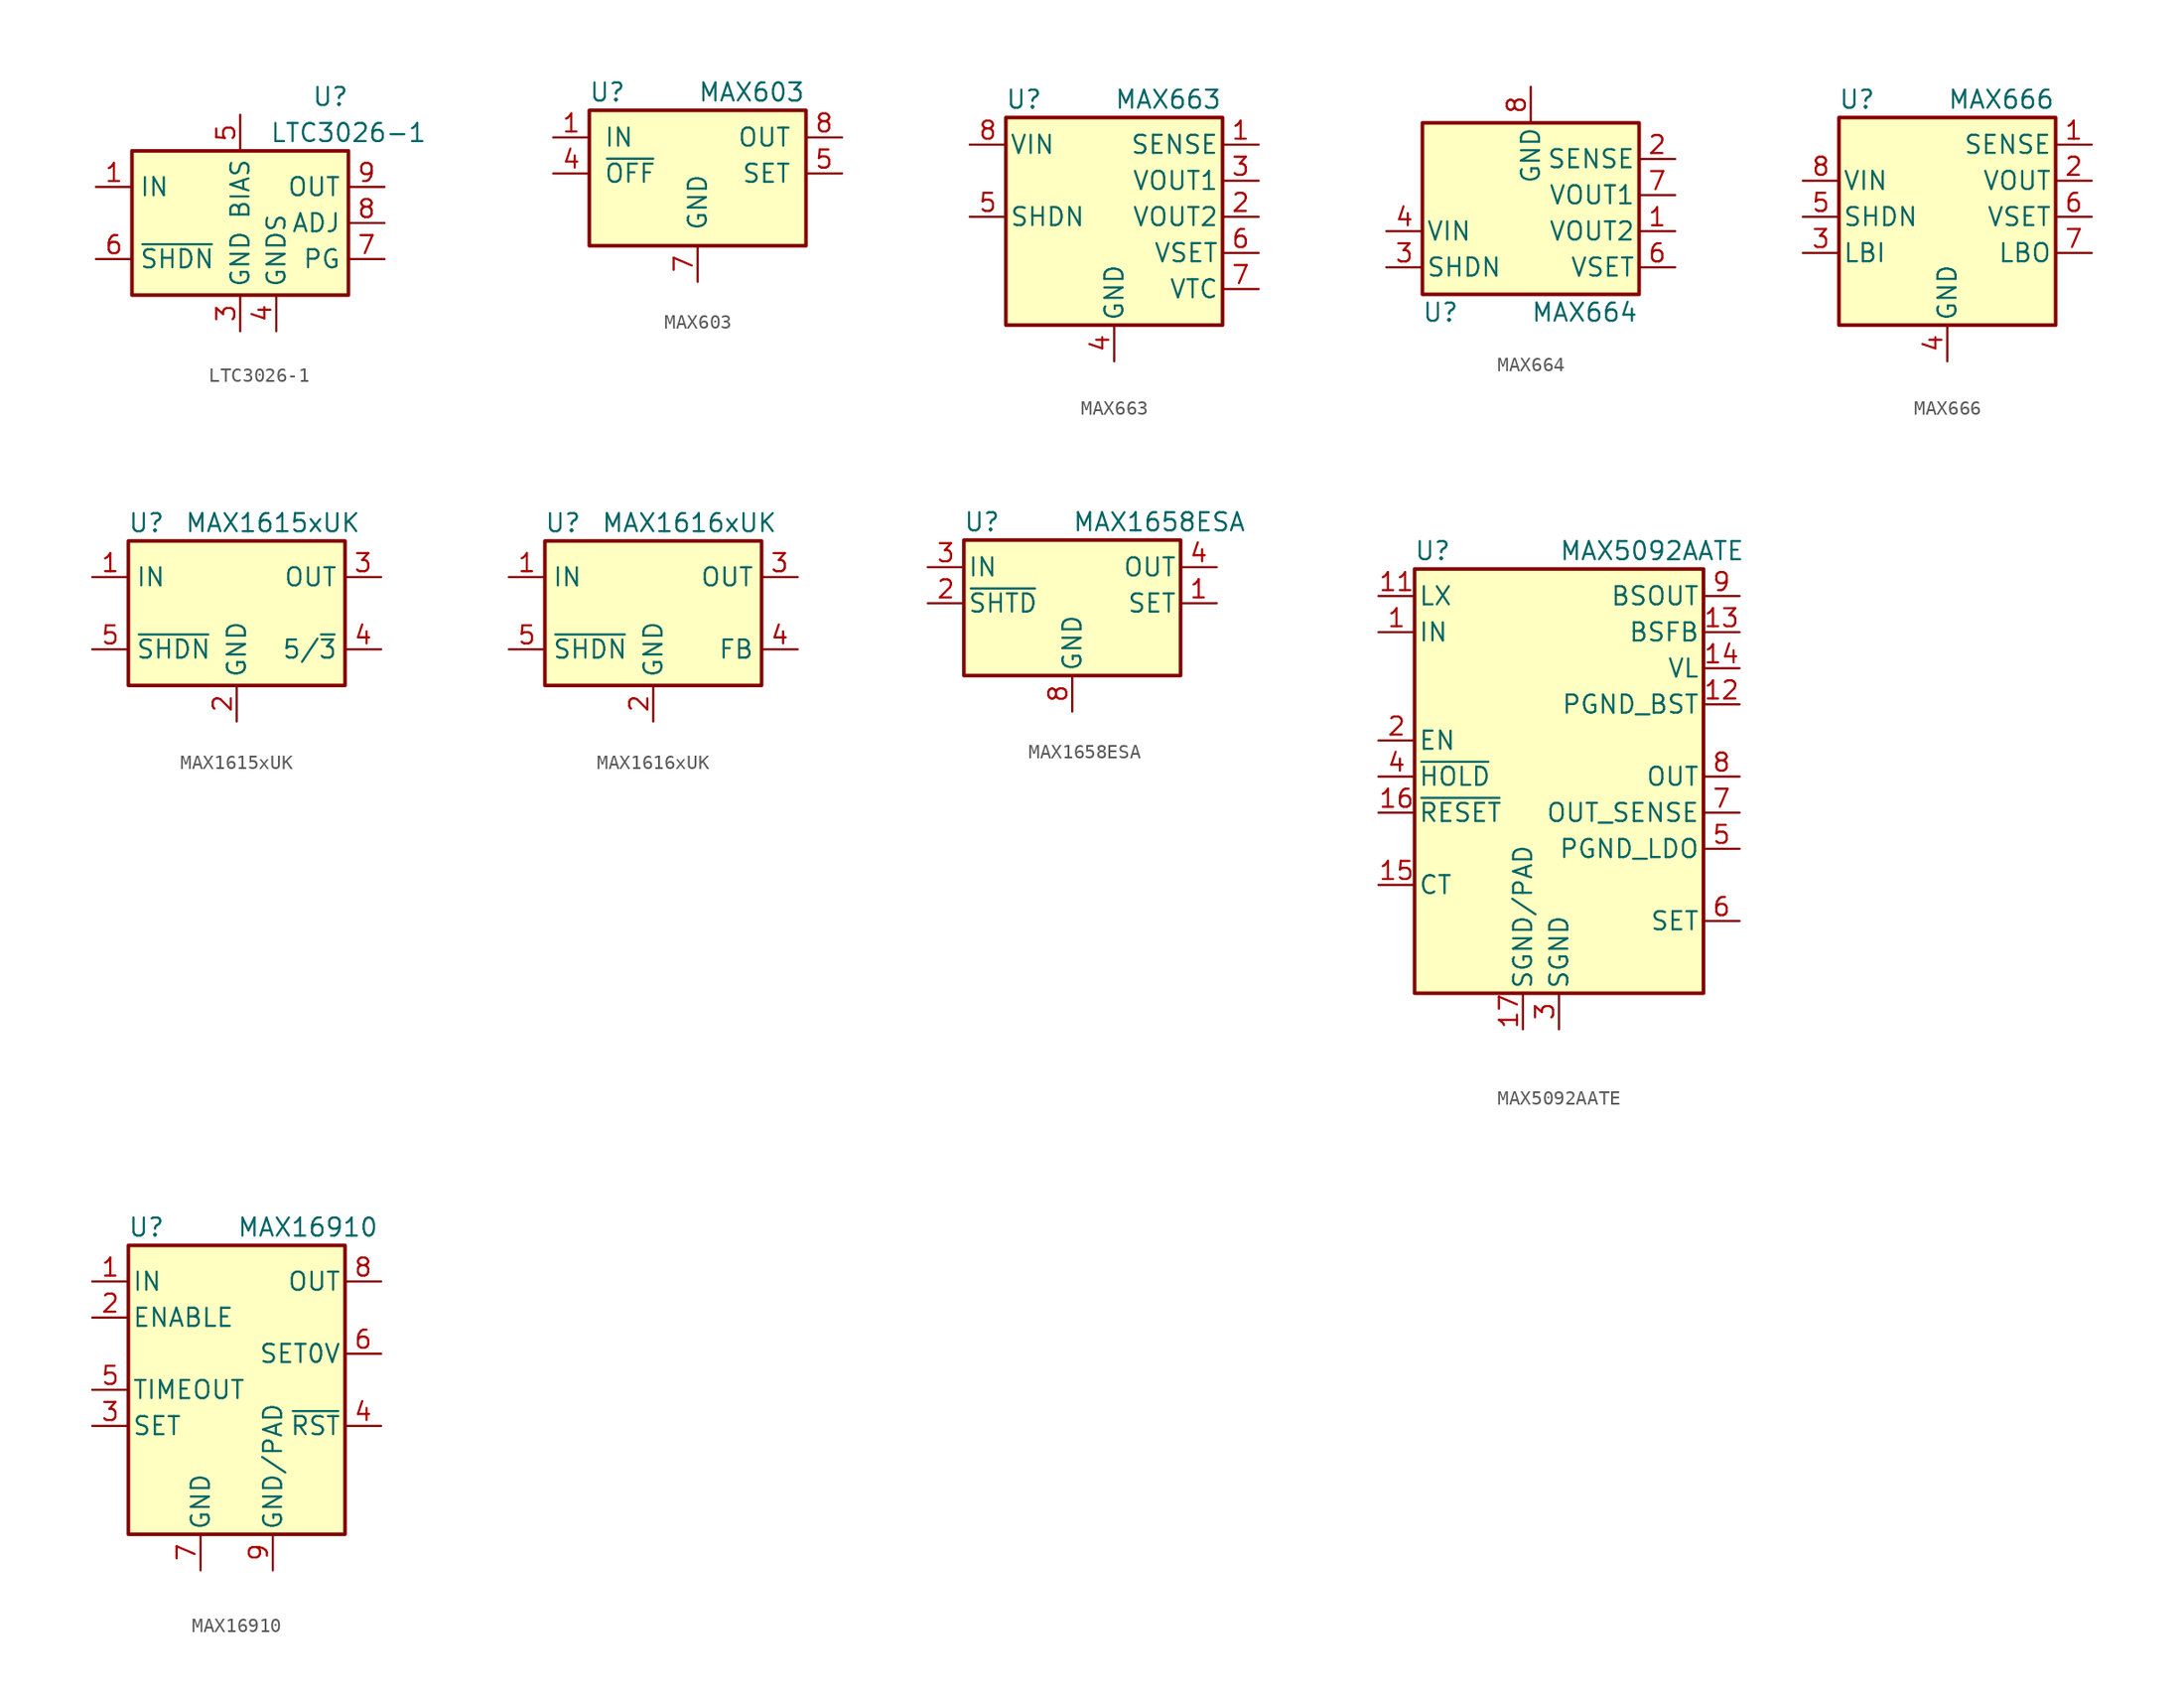
<source format=kicad_sym>
(kicad_symbol_lib
  (version 20241209)
  (generator "kicad_symbol_editor")
  (generator_version "9.0")
  (symbol "LTC3026-1"
    (property "Reference" "U"
      (at 6.35 8.89 0)
      (effects (font (size 1.27 1.27))))
    (property "Value" "LTC3026-1"
      (at 7.62 6.35 0)
      (effects (font (size 1.27 1.27))))
    (symbol "LTC3026-1_0_1"
      (rectangle (start -7.62 5.08) (end 7.62 -5.08) (stroke (width 0.254) (type default)) (fill (type background))))
    (symbol "LTC3026-1_1_1"
      (pin power_in line (at -10.16 2.54 0) (length 2.54) (name "IN" (effects (font (size 1.27 1.27)))) (number "1" (effects (font (size 1.27 1.27)))))
      (pin passive line (at -10.16 2.54 0) (length 2.54) (hide yes) (name "IN" (effects (font (size 1.27 1.27)))) (number "2" (effects (font (size 1.27 1.27)))))
      (pin input line (at -10.16 -2.54 0) (length 2.54) (name "~{SHDN}" (effects (font (size 1.27 1.27)))) (number "6" (effects (font (size 1.27 1.27)))))
      (pin power_in line (at 0 7.62 270) (length 2.54) (name "BIAS" (effects (font (size 1.27 1.27)))) (number "5" (effects (font (size 1.27 1.27)))))
      (pin passive line (at 0 -7.62 90) (length 2.54) (hide yes) (name "GND" (effects (font (size 1.27 1.27)))) (number "11" (effects (font (size 1.27 1.27)))))
      (pin power_in line (at 0 -7.62 90) (length 2.54) (name "GND" (effects (font (size 1.27 1.27)))) (number "3" (effects (font (size 1.27 1.27)))))
      (pin input line (at 2.54 -7.62 90) (length 2.54) (name "GNDS" (effects (font (size 1.27 1.27)))) (number "4" (effects (font (size 1.27 1.27)))))
      (pin passive line (at 10.16 2.54 180) (length 2.54) (hide yes) (name "OUT" (effects (font (size 1.27 1.27)))) (number "10" (effects (font (size 1.27 1.27)))))
      (pin power_out line (at 10.16 2.54 180) (length 2.54) (name "OUT" (effects (font (size 1.27 1.27)))) (number "9" (effects (font (size 1.27 1.27)))))
      (pin input line (at 10.16 0 180) (length 2.54) (name "ADJ" (effects (font (size 1.27 1.27)))) (number "8" (effects (font (size 1.27 1.27)))))
      (pin open_collector line (at 10.16 -2.54 180) (length 2.54) (name "PG" (effects (font (size 1.27 1.27)))) (number "7" (effects (font (size 1.27 1.27)))))))
  (symbol "MAX603"
    (pin_names
      (offset 1.016))
    (property "Reference" "U"
      (at -6.35 5.715 0)
      (effects (font (size 1.27 1.27))))
    (property "Value" "MAX603"
      (at 0 5.715 0)
      (effects (font (size 1.27 1.27)) (justify left)))
    (symbol "MAX603_0_1"
      (rectangle (start -7.62 4.445) (end 7.62 -5.08) (stroke (width 0.254) (type default)) (fill (type background))))
    (symbol "MAX603_1_1"
      (pin power_in line (at -10.16 2.54 0) (length 2.54) (name "IN" (effects (font (size 1.27 1.27)))) (number "1" (effects (font (size 1.27 1.27)))))
      (pin input line (at -10.16 0 0) (length 2.54) (name "~{OFF}" (effects (font (size 1.27 1.27)))) (number "4" (effects (font (size 1.27 1.27)))))
      (pin passive line (at 0 -7.62 90) (length 2.54) (hide yes) (name "GND" (effects (font (size 1.27 1.27)))) (number "2" (effects (font (size 1.27 1.27)))))
      (pin passive line (at 0 -7.62 90) (length 2.54) (hide yes) (name "GND" (effects (font (size 1.27 1.27)))) (number "3" (effects (font (size 1.27 1.27)))))
      (pin passive line (at 0 -7.62 90) (length 2.54) (hide yes) (name "GND" (effects (font (size 1.27 1.27)))) (number "6" (effects (font (size 1.27 1.27)))))
      (pin power_in line (at 0 -7.62 90) (length 2.54) (name "GND" (effects (font (size 1.27 1.27)))) (number "7" (effects (font (size 1.27 1.27)))))
      (pin power_out line (at 10.16 2.54 180) (length 2.54) (name "OUT" (effects (font (size 1.27 1.27)))) (number "8" (effects (font (size 1.27 1.27)))))
      (pin passive line (at 10.16 0 180) (length 2.54) (name "SET" (effects (font (size 1.27 1.27)))) (number "5" (effects (font (size 1.27 1.27)))))))
  (symbol "MAX663"
    (pin_names
      (offset 0.254))
    (property "Reference" "U"
      (at -6.35 8.255 0)
      (effects (font (size 1.27 1.27))))
    (property "Value" "MAX663"
      (at 0 8.255 0)
      (effects (font (size 1.27 1.27)) (justify left)))
    (symbol "MAX663_0_1"
      (rectangle (start -7.62 -7.62) (end 7.62 6.985) (stroke (width 0.254) (type default)) (fill (type background))))
    (symbol "MAX663_1_1"
      (pin power_in line (at -10.16 5.08 0) (length 2.54) (name "VIN" (effects (font (size 1.27 1.27)))) (number "8" (effects (font (size 1.27 1.27)))))
      (pin input line (at -10.16 0 0) (length 2.54) (name "SHDN" (effects (font (size 1.27 1.27)))) (number "5" (effects (font (size 1.27 1.27)))))
      (pin power_in line (at 0 -10.16 90) (length 2.54) (name "GND" (effects (font (size 1.27 1.27)))) (number "4" (effects (font (size 1.27 1.27)))))
      (pin input line (at 10.16 5.08 180) (length 2.54) (name "SENSE" (effects (font (size 1.27 1.27)))) (number "1" (effects (font (size 1.27 1.27)))))
      (pin power_out line (at 10.16 2.54 180) (length 2.54) (name "VOUT1" (effects (font (size 1.27 1.27)))) (number "3" (effects (font (size 1.27 1.27)))))
      (pin power_out line (at 10.16 0 180) (length 2.54) (name "VOUT2" (effects (font (size 1.27 1.27)))) (number "2" (effects (font (size 1.27 1.27)))))
      (pin input line (at 10.16 -2.54 180) (length 2.54) (name "VSET" (effects (font (size 1.27 1.27)))) (number "6" (effects (font (size 1.27 1.27)))))
      (pin output line (at 10.16 -5.08 180) (length 2.54) (name "VTC" (effects (font (size 1.27 1.27)))) (number "7" (effects (font (size 1.27 1.27)))))))
  (symbol "MAX664"
    (pin_names
      (offset 0.254))
    (property "Reference" "U"
      (at -6.35 -8.255 0)
      (effects (font (size 1.27 1.27))))
    (property "Value" "MAX664"
      (at 0 -8.255 0)
      (effects (font (size 1.27 1.27)) (justify left)))
    (symbol "MAX664_0_1"
      (rectangle (start -7.62 -6.985) (end 7.62 5.08) (stroke (width 0.254) (type default)) (fill (type background))))
    (symbol "MAX664_1_1"
      (pin power_in line (at -10.16 -2.54 0) (length 2.54) (name "VIN" (effects (font (size 1.27 1.27)))) (number "4" (effects (font (size 1.27 1.27)))))
      (pin input line (at -10.16 -5.08 0) (length 2.54) (name "SHDN" (effects (font (size 1.27 1.27)))) (number "3" (effects (font (size 1.27 1.27)))))
      (pin input line (at -10.16 -5.08 0) (length 2.54) (hide yes) (name "SHDN" (effects (font (size 1.27 1.27)))) (number "5" (effects (font (size 1.27 1.27)))))
      (pin power_in line (at 0 7.62 270) (length 2.54) (name "GND" (effects (font (size 1.27 1.27)))) (number "8" (effects (font (size 1.27 1.27)))))
      (pin input line (at 10.16 2.54 180) (length 2.54) (name "SENSE" (effects (font (size 1.27 1.27)))) (number "2" (effects (font (size 1.27 1.27)))))
      (pin power_out line (at 10.16 0 180) (length 2.54) (name "VOUT1" (effects (font (size 1.27 1.27)))) (number "7" (effects (font (size 1.27 1.27)))))
      (pin power_out line (at 10.16 -2.54 180) (length 2.54) (name "VOUT2" (effects (font (size 1.27 1.27)))) (number "1" (effects (font (size 1.27 1.27)))))
      (pin input line (at 10.16 -5.08 180) (length 2.54) (name "VSET" (effects (font (size 1.27 1.27)))) (number "6" (effects (font (size 1.27 1.27)))))))
  (symbol "MAX666"
    (pin_names
      (offset 0.254))
    (property "Reference" "U"
      (at -6.35 8.255 0)
      (effects (font (size 1.27 1.27))))
    (property "Value" "MAX666"
      (at 0 8.255 0)
      (effects (font (size 1.27 1.27)) (justify left)))
    (symbol "MAX666_0_1"
      (rectangle (start -7.62 -7.62) (end 7.62 6.985) (stroke (width 0.254) (type default)) (fill (type background))))
    (symbol "MAX666_1_1"
      (pin power_in line (at -10.16 2.54 0) (length 2.54) (name "VIN" (effects (font (size 1.27 1.27)))) (number "8" (effects (font (size 1.27 1.27)))))
      (pin input line (at -10.16 0 0) (length 2.54) (name "SHDN" (effects (font (size 1.27 1.27)))) (number "5" (effects (font (size 1.27 1.27)))))
      (pin input line (at -10.16 -2.54 0) (length 2.54) (name "LBI" (effects (font (size 1.27 1.27)))) (number "3" (effects (font (size 1.27 1.27)))))
      (pin power_in line (at 0 -10.16 90) (length 2.54) (name "GND" (effects (font (size 1.27 1.27)))) (number "4" (effects (font (size 1.27 1.27)))))
      (pin input line (at 10.16 5.08 180) (length 2.54) (name "SENSE" (effects (font (size 1.27 1.27)))) (number "1" (effects (font (size 1.27 1.27)))))
      (pin power_out line (at 10.16 2.54 180) (length 2.54) (name "VOUT" (effects (font (size 1.27 1.27)))) (number "2" (effects (font (size 1.27 1.27)))))
      (pin input line (at 10.16 0 180) (length 2.54) (name "VSET" (effects (font (size 1.27 1.27)))) (number "6" (effects (font (size 1.27 1.27)))))
      (pin output line (at 10.16 -2.54 180) (length 2.54) (name "LBO" (effects (font (size 1.27 1.27)))) (number "7" (effects (font (size 1.27 1.27)))))))
  (symbol "MAX1615xUK"
    (property "Reference" "U"
      (at -6.35 6.35 0)
      (effects (font (size 1.27 1.27))))
    (property "Value" "MAX1615xUK"
      (at 2.54 6.35 0)
      (effects (font (size 1.27 1.27))))
    (symbol "MAX1615xUK_1_1"
      (rectangle (start -7.62 5.08) (end 7.62 -5.08) (stroke (width 0.254) (type default)) (fill (type background)))
      (pin power_in line (at -10.16 2.54 0) (length 2.54) (name "IN" (effects (font (size 1.27 1.27)))) (number "1" (effects (font (size 1.27 1.27)))))
      (pin input line (at -10.16 -2.54 0) (length 2.54) (name "~{SHDN}" (effects (font (size 1.27 1.27)))) (number "5" (effects (font (size 1.27 1.27)))))
      (pin power_in line (at 0 -7.62 90) (length 2.54) (name "GND" (effects (font (size 1.27 1.27)))) (number "2" (effects (font (size 1.27 1.27)))))
      (pin power_out line (at 10.16 2.54 180) (length 2.54) (name "OUT" (effects (font (size 1.27 1.27)))) (number "3" (effects (font (size 1.27 1.27)))))
      (pin input line (at 10.16 -2.54 180) (length 2.54) (name "5/~{3}" (effects (font (size 1.27 1.27)))) (number "4" (effects (font (size 1.27 1.27)))))))
  (symbol "MAX1616xUK"
    (property "Reference" "U"
      (at -6.35 6.35 0)
      (effects (font (size 1.27 1.27))))
    (property "Value" "MAX1616xUK"
      (at 2.54 6.35 0)
      (effects (font (size 1.27 1.27))))
    (symbol "MAX1616xUK_1_1"
      (rectangle (start -7.62 5.08) (end 7.62 -5.08) (stroke (width 0.254) (type default)) (fill (type background)))
      (pin power_in line (at -10.16 2.54 0) (length 2.54) (name "IN" (effects (font (size 1.27 1.27)))) (number "1" (effects (font (size 1.27 1.27)))))
      (pin input line (at -10.16 -2.54 0) (length 2.54) (name "~{SHDN}" (effects (font (size 1.27 1.27)))) (number "5" (effects (font (size 1.27 1.27)))))
      (pin power_in line (at 0 -7.62 90) (length 2.54) (name "GND" (effects (font (size 1.27 1.27)))) (number "2" (effects (font (size 1.27 1.27)))))
      (pin power_out line (at 10.16 2.54 180) (length 2.54) (name "OUT" (effects (font (size 1.27 1.27)))) (number "3" (effects (font (size 1.27 1.27)))))
      (pin input line (at 10.16 -2.54 180) (length 2.54) (name "FB" (effects (font (size 1.27 1.27)))) (number "4" (effects (font (size 1.27 1.27)))))))
  (symbol "MAX1658ESA"
    (pin_names
      (offset 0.254))
    (property "Reference" "U"
      (at -6.35 5.715 0)
      (effects (font (size 1.27 1.27))))
    (property "Value" "MAX1658ESA"
      (at 0 5.715 0)
      (effects (font (size 1.27 1.27)) (justify left)))
    (symbol "MAX1658ESA_0_1"
      (rectangle (start -7.62 4.445) (end 7.62 -5.08) (stroke (width 0.254) (type default)) (fill (type background))))
    (symbol "MAX1658ESA_1_1"
      (pin power_in line (at -10.16 2.54 0) (length 2.54) (name "IN" (effects (font (size 1.27 1.27)))) (number "3" (effects (font (size 1.27 1.27)))))
      (pin passive line (at -10.16 2.54 0) (length 2.54) (hide yes) (name "IN" (effects (font (size 1.27 1.27)))) (number "6" (effects (font (size 1.27 1.27)))))
      (pin passive line (at -10.16 2.54 0) (length 2.54) (hide yes) (name "IN" (effects (font (size 1.27 1.27)))) (number "7" (effects (font (size 1.27 1.27)))))
      (pin input line (at -10.16 0 0) (length 2.54) (name "~{SHTD}" (effects (font (size 1.27 1.27)))) (number "2" (effects (font (size 1.27 1.27)))))
      (pin power_in line (at 0 -7.62 90) (length 2.54) (name "GND" (effects (font (size 1.27 1.27)))) (number "8" (effects (font (size 1.27 1.27)))))
      (pin power_out line (at 10.16 2.54 180) (length 2.54) (name "OUT" (effects (font (size 1.27 1.27)))) (number "4" (effects (font (size 1.27 1.27)))))
      (pin passive line (at 10.16 2.54 180) (length 2.54) (hide yes) (name "OUT" (effects (font (size 1.27 1.27)))) (number "5" (effects (font (size 1.27 1.27)))))
      (pin passive line (at 10.16 0 180) (length 2.54) (name "SET" (effects (font (size 1.27 1.27)))) (number "1" (effects (font (size 1.27 1.27)))))))
  (symbol "MAX5092AATE"
    (pin_names
      (offset 0.254))
    (property "Reference" "U"
      (at -8.89 15.875 0)
      (effects (font (size 1.27 1.27))))
    (property "Value" "MAX5092AATE"
      (at 0 15.875 0)
      (effects (font (size 1.27 1.27)) (justify left)))
    (symbol "MAX5092AATE_0_1"
      (rectangle (start -10.16 14.605) (end 10.16 -15.24) (stroke (width 0.254) (type default)) (fill (type background))))
    (symbol "MAX5092AATE_1_1"
      (pin passive line (at -12.7 12.7 0) (length 2.54) (hide yes) (name "LX" (effects (font (size 1.27 1.27)))) (number "10" (effects (font (size 1.27 1.27)))))
      (pin passive line (at -12.7 12.7 0) (length 2.54) (name "LX" (effects (font (size 1.27 1.27)))) (number "11" (effects (font (size 1.27 1.27)))))
      (pin power_in line (at -12.7 10.16 0) (length 2.54) (name "IN" (effects (font (size 1.27 1.27)))) (number "1" (effects (font (size 1.27 1.27)))))
      (pin input line (at -12.7 2.54 0) (length 2.54) (name "EN" (effects (font (size 1.27 1.27)))) (number "2" (effects (font (size 1.27 1.27)))))
      (pin input line (at -12.7 0 0) (length 2.54) (name "~{HOLD}" (effects (font (size 1.27 1.27)))) (number "4" (effects (font (size 1.27 1.27)))))
      (pin open_collector line (at -12.7 -2.54 0) (length 2.54) (name "~{RESET}" (effects (font (size 1.27 1.27)))) (number "16" (effects (font (size 1.27 1.27)))))
      (pin passive line (at -12.7 -7.62 0) (length 2.54) (name "CT" (effects (font (size 1.27 1.27)))) (number "15" (effects (font (size 1.27 1.27)))))
      (pin power_in line (at -2.54 -17.78 90) (length 2.54) (name "SGND/PAD" (effects (font (size 1.27 1.27)))) (number "17" (effects (font (size 1.27 1.27)))))
      (pin power_in line (at 0 -17.78 90) (length 2.54) (name "SGND" (effects (font (size 1.27 1.27)))) (number "3" (effects (font (size 1.27 1.27)))))
      (pin power_out line (at 12.7 12.7 180) (length 2.54) (name "BSOUT" (effects (font (size 1.27 1.27)))) (number "9" (effects (font (size 1.27 1.27)))))
      (pin input line (at 12.7 10.16 180) (length 2.54) (name "BSFB" (effects (font (size 1.27 1.27)))) (number "13" (effects (font (size 1.27 1.27)))))
      (pin passive line (at 12.7 7.62 180) (length 2.54) (name "VL" (effects (font (size 1.27 1.27)))) (number "14" (effects (font (size 1.27 1.27)))))
      (pin power_in line (at 12.7 5.08 180) (length 2.54) (name "PGND_BST" (effects (font (size 1.27 1.27)))) (number "12" (effects (font (size 1.27 1.27)))))
      (pin power_out line (at 12.7 0 180) (length 2.54) (name "OUT" (effects (font (size 1.27 1.27)))) (number "8" (effects (font (size 1.27 1.27)))))
      (pin input line (at 12.7 -2.54 180) (length 2.54) (name "OUT_SENSE" (effects (font (size 1.27 1.27)))) (number "7" (effects (font (size 1.27 1.27)))))
      (pin power_in line (at 12.7 -5.08 180) (length 2.54) (name "PGND_LDO" (effects (font (size 1.27 1.27)))) (number "5" (effects (font (size 1.27 1.27)))))
      (pin input line (at 12.7 -10.16 180) (length 2.54) (name "SET" (effects (font (size 1.27 1.27)))) (number "6" (effects (font (size 1.27 1.27)))))))
  (symbol "MAX16910"
    (pin_names
      (offset 0.254))
    (property "Reference" "U"
      (at -6.35 11.43 0)
      (effects (font (size 1.27 1.27))))
    (property "Value" "MAX16910"
      (at 0 11.43 0)
      (effects (font (size 1.27 1.27)) (justify left)))
    (symbol "MAX16910_0_1"
      (rectangle (start -7.62 10.16) (end 7.62 -10.16) (stroke (width 0.254) (type default)) (fill (type background))))
    (symbol "MAX16910_1_1"
      (pin power_in line (at -10.16 7.62 0) (length 2.54) (name "IN" (effects (font (size 1.27 1.27)))) (number "1" (effects (font (size 1.27 1.27)))))
      (pin input line (at -10.16 5.08 0) (length 2.54) (name "ENABLE" (effects (font (size 1.27 1.27)))) (number "2" (effects (font (size 1.27 1.27)))))
      (pin passive line (at -10.16 0 0) (length 2.54) (name "TIMEOUT" (effects (font (size 1.27 1.27)))) (number "5" (effects (font (size 1.27 1.27)))))
      (pin input line (at -10.16 -2.54 0) (length 2.54) (name "SET" (effects (font (size 1.27 1.27)))) (number "3" (effects (font (size 1.27 1.27)))))
      (pin power_in line (at -2.54 -12.7 90) (length 2.54) (name "GND" (effects (font (size 1.27 1.27)))) (number "7" (effects (font (size 1.27 1.27)))))
      (pin power_in line (at 2.54 -12.7 90) (length 2.54) (name "GND/PAD" (effects (font (size 1.27 1.27)))) (number "9" (effects (font (size 1.27 1.27)))))
      (pin power_out line (at 10.16 7.62 180) (length 2.54) (name "OUT" (effects (font (size 1.27 1.27)))) (number "8" (effects (font (size 1.27 1.27)))))
      (pin input line (at 10.16 2.54 180) (length 2.54) (name "SET0V" (effects (font (size 1.27 1.27)))) (number "6" (effects (font (size 1.27 1.27)))))
      (pin open_collector line (at 10.16 -2.54 180) (length 2.54) (name "~{RST}" (effects (font (size 1.27 1.27)))) (number "4" (effects (font (size 1.27 1.27))))))))
</source>
